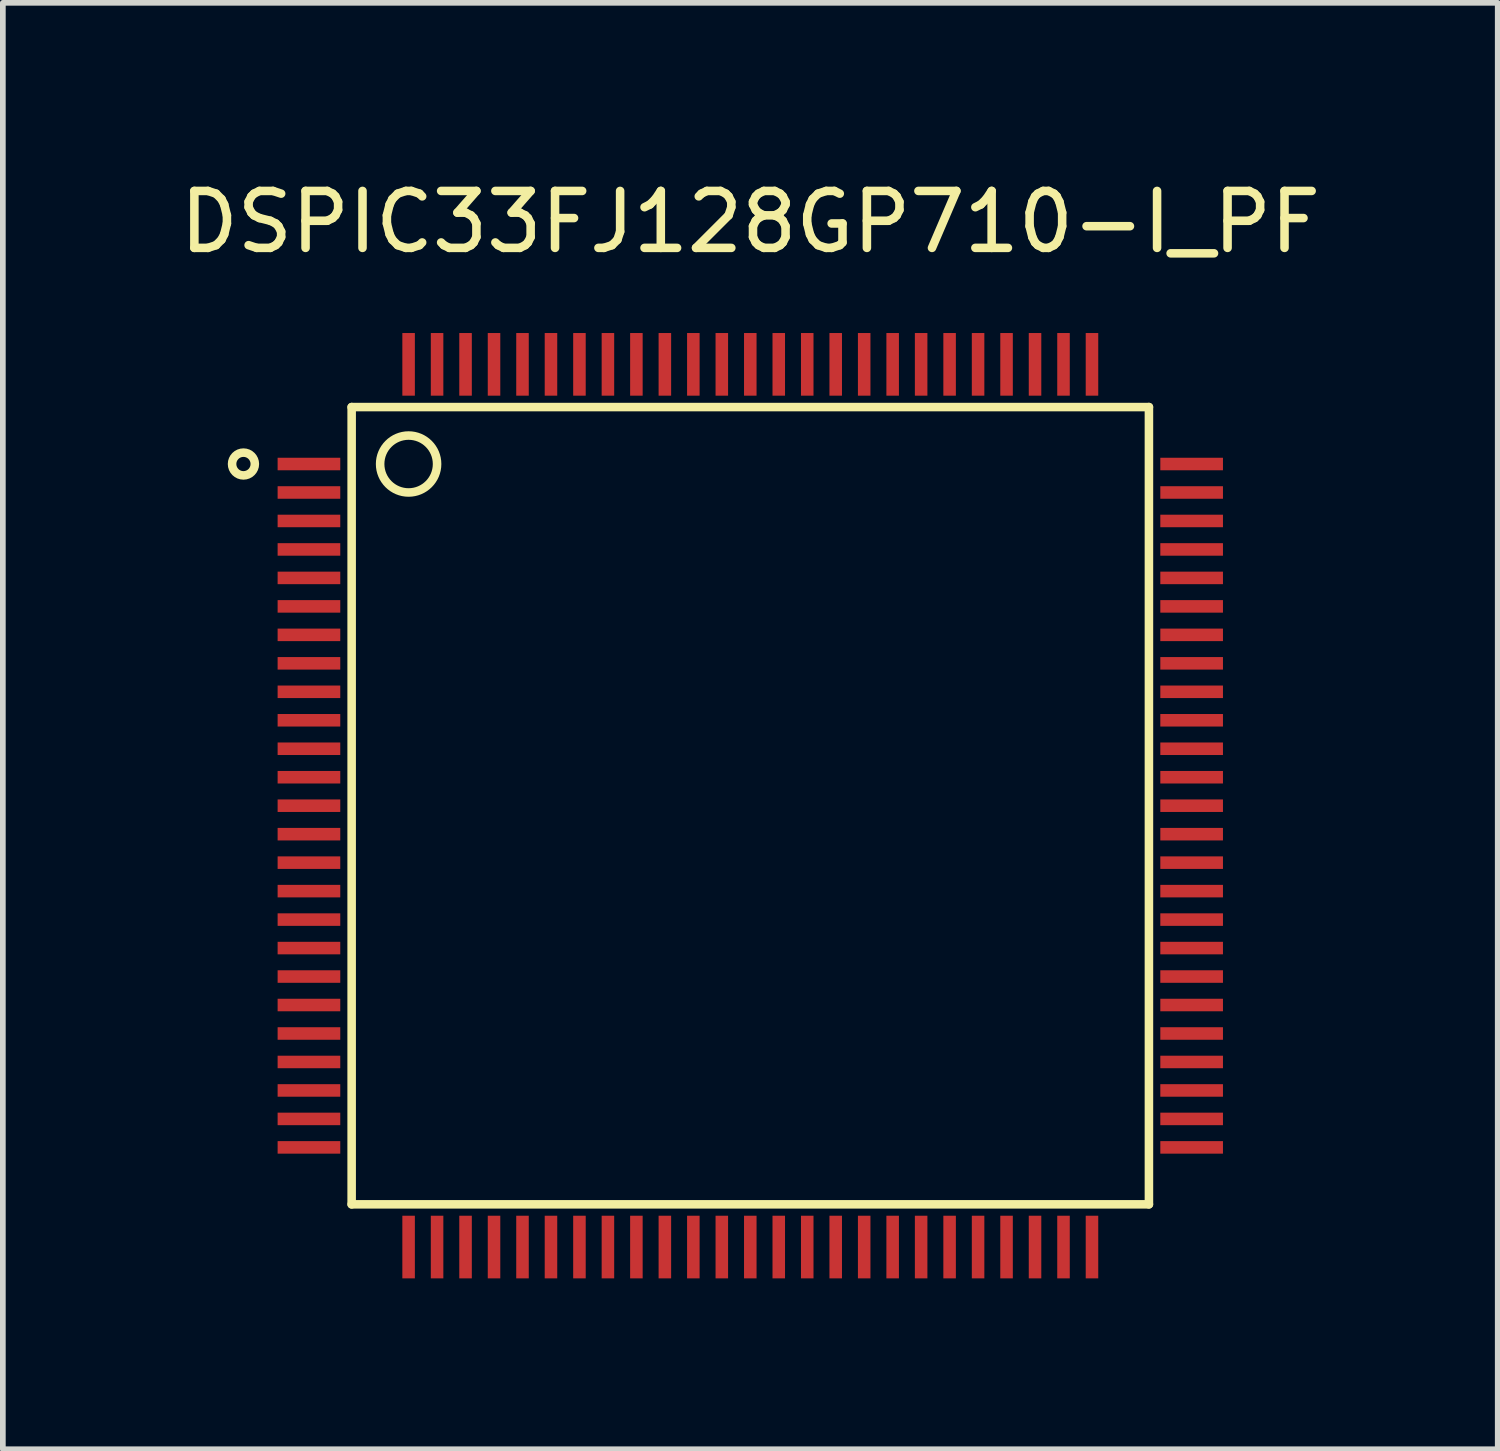
<source format=kicad_pcb>
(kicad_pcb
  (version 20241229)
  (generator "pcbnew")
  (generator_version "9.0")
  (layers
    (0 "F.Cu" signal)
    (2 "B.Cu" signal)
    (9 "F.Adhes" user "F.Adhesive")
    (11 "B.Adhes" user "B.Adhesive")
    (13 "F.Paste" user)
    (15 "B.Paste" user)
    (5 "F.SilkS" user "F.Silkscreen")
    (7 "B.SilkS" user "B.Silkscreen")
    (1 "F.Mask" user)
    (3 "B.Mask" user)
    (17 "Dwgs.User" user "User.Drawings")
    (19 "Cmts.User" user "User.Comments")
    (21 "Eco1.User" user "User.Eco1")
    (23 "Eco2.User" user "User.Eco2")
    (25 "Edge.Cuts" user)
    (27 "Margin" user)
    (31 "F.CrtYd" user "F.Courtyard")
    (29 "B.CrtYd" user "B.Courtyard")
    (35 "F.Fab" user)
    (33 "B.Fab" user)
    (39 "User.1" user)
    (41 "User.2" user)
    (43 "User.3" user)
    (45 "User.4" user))
  (footprint "DSPIC33FJ128GP710-I_PF"
    (layer "F.Cu")
    (at 2.375 3.348)
    (property "Reference" "DSPIC33FJ128GP710-I_PF" (at 7.75 -2.5 0) (layer "F.SilkS") (effects (font (size 1 1) (thickness 0.15))))
    (attr through_hole)
    (fp_line (start 0.75 0.75) (end 0.75 14.75) (stroke (width 0.15) (type solid)) (layer "F.SilkS"))
    (fp_line (start 0.75 0.75) (end 14.75 0.75) (stroke (width 0.15) (type solid)) (layer "F.SilkS"))
    (fp_line (start 0.75 14.75) (end 14.75 14.75) (stroke (width 0.15) (type solid)) (layer "F.SilkS"))
    (fp_line (start 14.75 14.75) (end 14.75 0.75) (stroke (width 0.15) (type solid)) (layer "F.SilkS"))
    (fp_circle (center -1.15 1.75) (end -1.15 1.55) (stroke (width 0.15) (type solid)) (fill no) (layer "F.SilkS"))
    (fp_circle (center 1.75 1.75) (end 1.75 1.25) (stroke (width 0.15) (type solid)) (fill no) (layer "F.SilkS"))
    (pad "1" smd rect (at 0 1.75) (size 1.1 0.22) (layers "F.Cu" "F.Mask" "F.Paste"))
    (pad "2" smd rect (at 0 2.25) (size 1.1 0.22) (layers "F.Cu" "F.Mask" "F.Paste"))
    (pad "3" smd rect (at 0 2.75) (size 1.1 0.22) (layers "F.Cu" "F.Mask" "F.Paste"))
    (pad "4" smd rect (at 0 3.25) (size 1.1 0.22) (layers "F.Cu" "F.Mask" "F.Paste"))
    (pad "5" smd rect (at 0 3.75) (size 1.1 0.22) (layers "F.Cu" "F.Mask" "F.Paste"))
    (pad "6" smd rect (at 0 4.25) (size 1.1 0.22) (layers "F.Cu" "F.Mask" "F.Paste"))
    (pad "7" smd rect (at 0 4.75) (size 1.1 0.22) (layers "F.Cu" "F.Mask" "F.Paste"))
    (pad "8" smd rect (at 0 5.25) (size 1.1 0.22) (layers "F.Cu" "F.Mask" "F.Paste"))
    (pad "9" smd rect (at 0 5.75) (size 1.1 0.22) (layers "F.Cu" "F.Mask" "F.Paste"))
    (pad "10" smd rect (at 0 6.25) (size 1.1 0.22) (layers "F.Cu" "F.Mask" "F.Paste"))
    (pad "11" smd rect (at 0 6.75) (size 1.1 0.22) (layers "F.Cu" "F.Mask" "F.Paste"))
    (pad "12" smd rect (at 0 7.25) (size 1.1 0.22) (layers "F.Cu" "F.Mask" "F.Paste"))
    (pad "13" smd rect (at 0 7.75) (size 1.1 0.22) (layers "F.Cu" "F.Mask" "F.Paste"))
    (pad "14" smd rect (at 0 8.25) (size 1.1 0.22) (layers "F.Cu" "F.Mask" "F.Paste"))
    (pad "15" smd rect (at 0 8.75) (size 1.1 0.22) (layers "F.Cu" "F.Mask" "F.Paste"))
    (pad "16" smd rect (at 0 9.25) (size 1.1 0.22) (layers "F.Cu" "F.Mask" "F.Paste"))
    (pad "17" smd rect (at 0 9.75) (size 1.1 0.22) (layers "F.Cu" "F.Mask" "F.Paste"))
    (pad "18" smd rect (at 0 10.25) (size 1.1 0.22) (layers "F.Cu" "F.Mask" "F.Paste"))
    (pad "19" smd rect (at 0 10.75) (size 1.1 0.22) (layers "F.Cu" "F.Mask" "F.Paste"))
    (pad "20" smd rect (at 0 11.25) (size 1.1 0.22) (layers "F.Cu" "F.Mask" "F.Paste"))
    (pad "21" smd rect (at 0 11.75) (size 1.1 0.22) (layers "F.Cu" "F.Mask" "F.Paste"))
    (pad "22" smd rect (at 0 12.25) (size 1.1 0.22) (layers "F.Cu" "F.Mask" "F.Paste"))
    (pad "23" smd rect (at 0 12.75) (size 1.1 0.22) (layers "F.Cu" "F.Mask" "F.Paste"))
    (pad "24" smd rect (at 0 13.25) (size 1.1 0.22) (layers "F.Cu" "F.Mask" "F.Paste"))
    (pad "25" smd rect (at 0 13.75) (size 1.1 0.22) (layers "F.Cu" "F.Mask" "F.Paste"))
    (pad "26" smd rect (at 1.75 15.5) (size 0.22 1.1) (layers "F.Cu" "F.Mask" "F.Paste"))
    (pad "27" smd rect (at 2.25 15.5) (size 0.22 1.1) (layers "F.Cu" "F.Mask" "F.Paste"))
    (pad "28" smd rect (at 2.75 15.5) (size 0.22 1.1) (layers "F.Cu" "F.Mask" "F.Paste"))
    (pad "29" smd rect (at 3.25 15.5) (size 0.22 1.1) (layers "F.Cu" "F.Mask" "F.Paste"))
    (pad "30" smd rect (at 3.75 15.5) (size 0.22 1.1) (layers "F.Cu" "F.Mask" "F.Paste"))
    (pad "31" smd rect (at 4.25 15.5) (size 0.22 1.1) (layers "F.Cu" "F.Mask" "F.Paste"))
    (pad "32" smd rect (at 4.75 15.5) (size 0.22 1.1) (layers "F.Cu" "F.Mask" "F.Paste"))
    (pad "33" smd rect (at 5.25 15.5) (size 0.22 1.1) (layers "F.Cu" "F.Mask" "F.Paste"))
    (pad "34" smd rect (at 5.75 15.5) (size 0.22 1.1) (layers "F.Cu" "F.Mask" "F.Paste"))
    (pad "35" smd rect (at 6.25 15.5) (size 0.22 1.1) (layers "F.Cu" "F.Mask" "F.Paste"))
    (pad "36" smd rect (at 6.75 15.5) (size 0.22 1.1) (layers "F.Cu" "F.Mask" "F.Paste"))
    (pad "37" smd rect (at 7.25 15.5) (size 0.22 1.1) (layers "F.Cu" "F.Mask" "F.Paste"))
    (pad "38" smd rect (at 7.75 15.5) (size 0.22 1.1) (layers "F.Cu" "F.Mask" "F.Paste"))
    (pad "39" smd rect (at 8.25 15.5) (size 0.22 1.1) (layers "F.Cu" "F.Mask" "F.Paste"))
    (pad "40" smd rect (at 8.75 15.5) (size 0.22 1.1) (layers "F.Cu" "F.Mask" "F.Paste"))
    (pad "41" smd rect (at 9.25 15.5) (size 0.22 1.1) (layers "F.Cu" "F.Mask" "F.Paste"))
    (pad "42" smd rect (at 9.75 15.5) (size 0.22 1.1) (layers "F.Cu" "F.Mask" "F.Paste"))
    (pad "43" smd rect (at 10.25 15.5) (size 0.22 1.1) (layers "F.Cu" "F.Mask" "F.Paste"))
    (pad "44" smd rect (at 10.75 15.5) (size 0.22 1.1) (layers "F.Cu" "F.Mask" "F.Paste"))
    (pad "45" smd rect (at 11.25 15.5) (size 0.22 1.1) (layers "F.Cu" "F.Mask" "F.Paste"))
    (pad "46" smd rect (at 11.75 15.5) (size 0.22 1.1) (layers "F.Cu" "F.Mask" "F.Paste"))
    (pad "47" smd rect (at 12.25 15.5) (size 0.22 1.1) (layers "F.Cu" "F.Mask" "F.Paste"))
    (pad "48" smd rect (at 12.75 15.5) (size 0.22 1.1) (layers "F.Cu" "F.Mask" "F.Paste"))
    (pad "49" smd rect (at 13.25 15.5) (size 0.22 1.1) (layers "F.Cu" "F.Mask" "F.Paste"))
    (pad "50" smd rect (at 13.75 15.5) (size 0.22 1.1) (layers "F.Cu" "F.Mask" "F.Paste"))
    (pad "51" smd rect (at 15.5 13.75) (size 1.1 0.22) (layers "F.Cu" "F.Mask" "F.Paste"))
    (pad "52" smd rect (at 15.5 13.25) (size 1.1 0.22) (layers "F.Cu" "F.Mask" "F.Paste"))
    (pad "53" smd rect (at 15.5 12.75) (size 1.1 0.22) (layers "F.Cu" "F.Mask" "F.Paste"))
    (pad "54" smd rect (at 15.5 12.25) (size 1.1 0.22) (layers "F.Cu" "F.Mask" "F.Paste"))
    (pad "55" smd rect (at 15.5 11.75) (size 1.1 0.22) (layers "F.Cu" "F.Mask" "F.Paste"))
    (pad "56" smd rect (at 15.5 11.25) (size 1.1 0.22) (layers "F.Cu" "F.Mask" "F.Paste"))
    (pad "57" smd rect (at 15.5 10.75) (size 1.1 0.22) (layers "F.Cu" "F.Mask" "F.Paste"))
    (pad "58" smd rect (at 15.5 10.25) (size 1.1 0.22) (layers "F.Cu" "F.Mask" "F.Paste"))
    (pad "59" smd rect (at 15.5 9.75) (size 1.1 0.22) (layers "F.Cu" "F.Mask" "F.Paste"))
    (pad "60" smd rect (at 15.5 9.25) (size 1.1 0.22) (layers "F.Cu" "F.Mask" "F.Paste"))
    (pad "61" smd rect (at 15.5 8.75) (size 1.1 0.22) (layers "F.Cu" "F.Mask" "F.Paste"))
    (pad "62" smd rect (at 15.5 8.25) (size 1.1 0.22) (layers "F.Cu" "F.Mask" "F.Paste"))
    (pad "63" smd rect (at 15.5 7.75) (size 1.1 0.22) (layers "F.Cu" "F.Mask" "F.Paste"))
    (pad "64" smd rect (at 15.5 7.25) (size 1.1 0.22) (layers "F.Cu" "F.Mask" "F.Paste"))
    (pad "65" smd rect (at 15.5 6.75) (size 1.1 0.22) (layers "F.Cu" "F.Mask" "F.Paste"))
    (pad "66" smd rect (at 15.5 6.25) (size 1.1 0.22) (layers "F.Cu" "F.Mask" "F.Paste"))
    (pad "67" smd rect (at 15.5 5.75) (size 1.1 0.22) (layers "F.Cu" "F.Mask" "F.Paste"))
    (pad "68" smd rect (at 15.5 5.25) (size 1.1 0.22) (layers "F.Cu" "F.Mask" "F.Paste"))
    (pad "69" smd rect (at 15.5 4.75) (size 1.1 0.22) (layers "F.Cu" "F.Mask" "F.Paste"))
    (pad "70" smd rect (at 15.5 4.25) (size 1.1 0.22) (layers "F.Cu" "F.Mask" "F.Paste"))
    (pad "71" smd rect (at 15.5 3.75) (size 1.1 0.22) (layers "F.Cu" "F.Mask" "F.Paste"))
    (pad "72" smd rect (at 15.5 3.25) (size 1.1 0.22) (layers "F.Cu" "F.Mask" "F.Paste"))
    (pad "73" smd rect (at 15.5 2.75) (size 1.1 0.22) (layers "F.Cu" "F.Mask" "F.Paste"))
    (pad "74" smd rect (at 15.5 2.25) (size 1.1 0.22) (layers "F.Cu" "F.Mask" "F.Paste"))
    (pad "75" smd rect (at 15.5 1.75) (size 1.1 0.22) (layers "F.Cu" "F.Mask" "F.Paste"))
    (pad "76" smd rect (at 13.75 0) (size 0.22 1.1) (layers "F.Cu" "F.Mask" "F.Paste"))
    (pad "77" smd rect (at 13.25 0) (size 0.22 1.1) (layers "F.Cu" "F.Mask" "F.Paste"))
    (pad "78" smd rect (at 12.75 0) (size 0.22 1.1) (layers "F.Cu" "F.Mask" "F.Paste"))
    (pad "79" smd rect (at 12.25 0) (size 0.22 1.1) (layers "F.Cu" "F.Mask" "F.Paste"))
    (pad "80" smd rect (at 11.75 0) (size 0.22 1.1) (layers "F.Cu" "F.Mask" "F.Paste"))
    (pad "81" smd rect (at 11.25 0) (size 0.22 1.1) (layers "F.Cu" "F.Mask" "F.Paste"))
    (pad "82" smd rect (at 10.75 0) (size 0.22 1.1) (layers "F.Cu" "F.Mask" "F.Paste"))
    (pad "83" smd rect (at 10.25 0) (size 0.22 1.1) (layers "F.Cu" "F.Mask" "F.Paste"))
    (pad "84" smd rect (at 9.75 0) (size 0.22 1.1) (layers "F.Cu" "F.Mask" "F.Paste"))
    (pad "85" smd rect (at 9.25 0) (size 0.22 1.1) (layers "F.Cu" "F.Mask" "F.Paste"))
    (pad "86" smd rect (at 8.75 0) (size 0.22 1.1) (layers "F.Cu" "F.Mask" "F.Paste"))
    (pad "87" smd rect (at 8.25 0) (size 0.22 1.1) (layers "F.Cu" "F.Mask" "F.Paste"))
    (pad "88" smd rect (at 7.75 0) (size 0.22 1.1) (layers "F.Cu" "F.Mask" "F.Paste"))
    (pad "89" smd rect (at 7.25 0) (size 0.22 1.1) (layers "F.Cu" "F.Mask" "F.Paste"))
    (pad "90" smd rect (at 6.75 0) (size 0.22 1.1) (layers "F.Cu" "F.Mask" "F.Paste"))
    (pad "91" smd rect (at 6.25 0) (size 0.22 1.1) (layers "F.Cu" "F.Mask" "F.Paste"))
    (pad "92" smd rect (at 5.75 0) (size 0.22 1.1) (layers "F.Cu" "F.Mask" "F.Paste"))
    (pad "93" smd rect (at 5.25 0) (size 0.22 1.1) (layers "F.Cu" "F.Mask" "F.Paste"))
    (pad "94" smd rect (at 4.75 0) (size 0.22 1.1) (layers "F.Cu" "F.Mask" "F.Paste"))
    (pad "95" smd rect (at 4.25 0) (size 0.22 1.1) (layers "F.Cu" "F.Mask" "F.Paste"))
    (pad "96" smd rect (at 3.75 0) (size 0.22 1.1) (layers "F.Cu" "F.Mask" "F.Paste"))
    (pad "97" smd rect (at 3.25 0) (size 0.22 1.1) (layers "F.Cu" "F.Mask" "F.Paste"))
    (pad "98" smd rect (at 2.75 0) (size 0.22 1.1) (layers "F.Cu" "F.Mask" "F.Paste"))
    (pad "99" smd rect (at 2.25 0) (size 0.22 1.1) (layers "F.Cu" "F.Mask" "F.Paste"))
    (pad "100" smd rect (at 1.75 0) (size 0.22 1.1) (layers "F.Cu" "F.Mask" "F.Paste")))
  (gr_rect
    (start -3 -3)
    (end 23.25 22.398)
    (stroke (width 0.1) (type default))
    (fill no)
    (layer "Edge.Cuts")))
</source>
